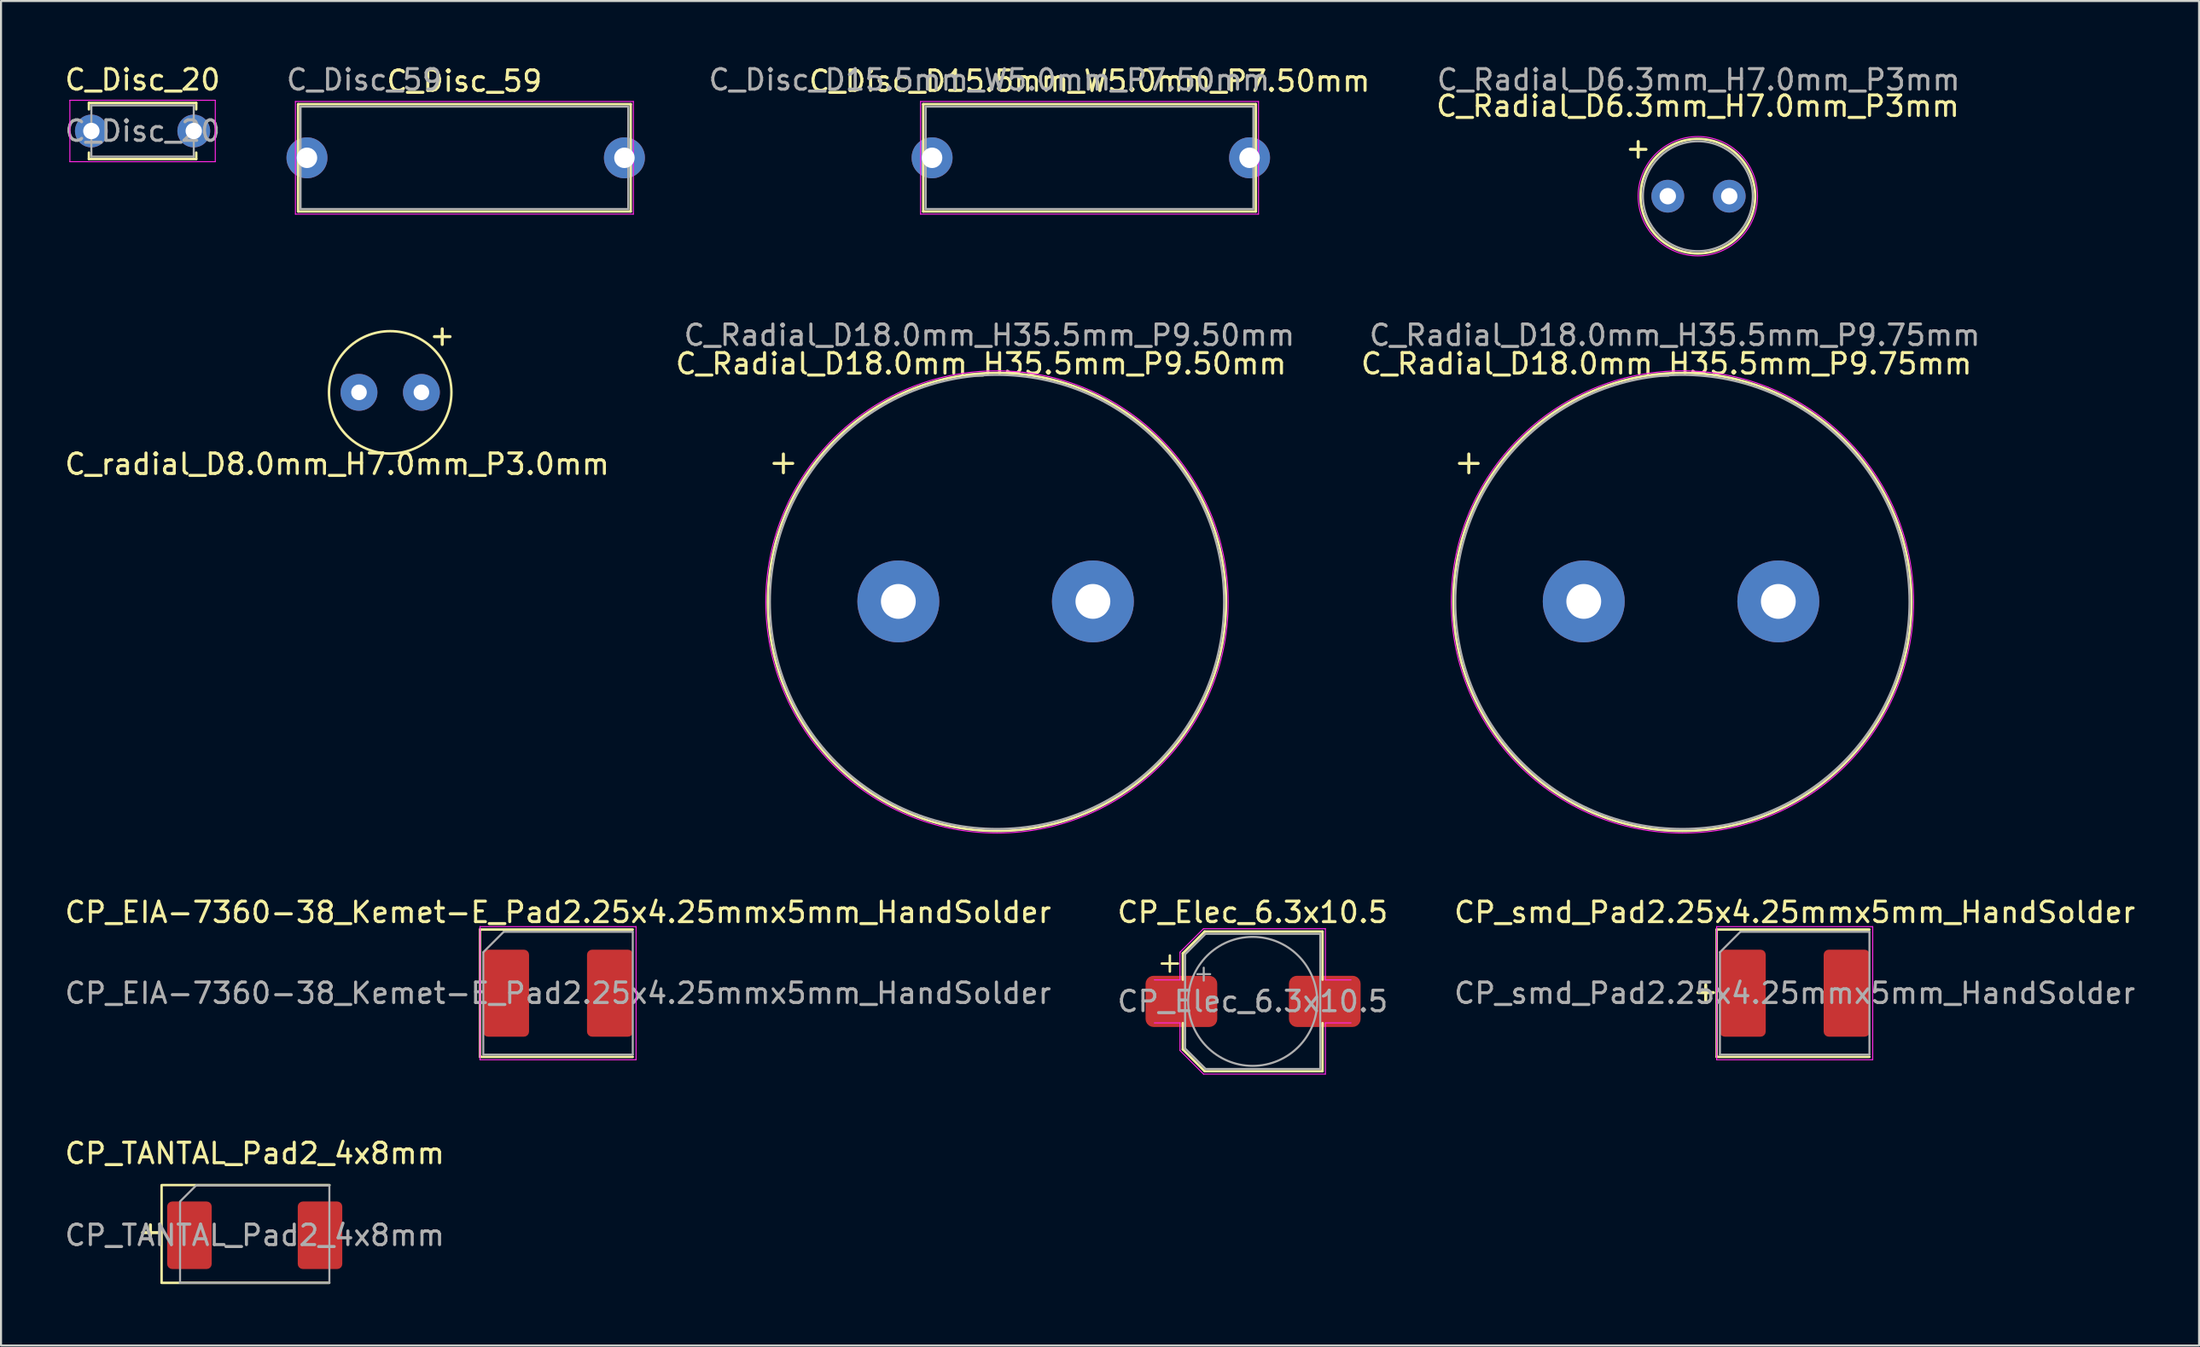
<source format=kicad_pcb>
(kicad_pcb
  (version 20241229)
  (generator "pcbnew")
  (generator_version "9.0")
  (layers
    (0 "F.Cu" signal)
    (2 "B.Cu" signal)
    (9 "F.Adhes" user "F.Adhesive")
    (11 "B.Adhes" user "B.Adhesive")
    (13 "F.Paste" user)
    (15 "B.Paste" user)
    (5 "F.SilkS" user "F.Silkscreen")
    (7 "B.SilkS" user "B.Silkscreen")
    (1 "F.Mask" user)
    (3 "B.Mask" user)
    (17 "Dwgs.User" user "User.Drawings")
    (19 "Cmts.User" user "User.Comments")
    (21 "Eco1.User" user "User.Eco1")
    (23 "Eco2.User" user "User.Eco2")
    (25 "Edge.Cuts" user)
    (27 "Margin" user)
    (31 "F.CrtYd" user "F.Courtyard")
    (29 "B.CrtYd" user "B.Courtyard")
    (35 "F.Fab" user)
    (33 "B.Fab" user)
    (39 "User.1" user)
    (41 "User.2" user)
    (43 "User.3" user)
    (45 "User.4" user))
  (footprint "CP_Elec_6.3x10.5"
    (layer "F.Cu")
    (at 58.113 45.86)
    (property "Reference" "CP_Elec_6.3x10.5" (at 0 -4.35 180) (layer "F.SilkS") (effects (font (size 1 1) (thickness 0.15))))
    (attr smd)
    (fp_line (start -4.438 -1.847) (end -3.65 -1.847) (stroke (width 0.12) (type solid)) (layer "F.SilkS"))
    (fp_line (start -4.044 -2.241) (end -4.044 -1.454) (stroke (width 0.12) (type solid)) (layer "F.SilkS"))
    (fp_line (start -3.41 -2.346) (end -3.41 -1.06) (stroke (width 0.12) (type solid)) (layer "F.SilkS"))
    (fp_line (start -3.41 -2.346) (end -2.346 -3.41) (stroke (width 0.12) (type solid)) (layer "F.SilkS"))
    (fp_line (start -3.41 2.346) (end -3.41 1.06) (stroke (width 0.12) (type solid)) (layer "F.SilkS"))
    (fp_line (start -3.41 2.346) (end -2.346 3.41) (stroke (width 0.12) (type solid)) (layer "F.SilkS"))
    (fp_line (start -2.346 -3.41) (end 3.41 -3.41) (stroke (width 0.12) (type solid)) (layer "F.SilkS"))
    (fp_line (start -2.346 3.41) (end 3.41 3.41) (stroke (width 0.12) (type solid)) (layer "F.SilkS"))
    (fp_line (start 3.41 -3.41) (end 3.41 -1.06) (stroke (width 0.12) (type solid)) (layer "F.SilkS"))
    (fp_line (start 3.41 3.41) (end 3.41 1.06) (stroke (width 0.12) (type solid)) (layer "F.SilkS"))
    (fp_line (start -4.8 1.05) (end -3.55 1.05) (stroke (width 0.05) (type solid)) (layer "F.CrtYd"))
    (fp_line (start -3.55 -2.4) (end -3.55 -1.05) (stroke (width 0.05) (type solid)) (layer "F.CrtYd"))
    (fp_line (start -3.55 -2.4) (end -2.4 -3.55) (stroke (width 0.05) (type solid)) (layer "F.CrtYd"))
    (fp_line (start -3.55 -1.05) (end -4.8 -1.05) (stroke (width 0.05) (type solid)) (layer "F.CrtYd"))
    (fp_line (start -3.55 1.05) (end -3.55 2.4) (stroke (width 0.05) (type solid)) (layer "F.CrtYd"))
    (fp_line (start -3.55 2.4) (end -2.4 3.55) (stroke (width 0.05) (type solid)) (layer "F.CrtYd"))
    (fp_line (start -2.4 -3.55) (end 3.55 -3.55) (stroke (width 0.05) (type solid)) (layer "F.CrtYd"))
    (fp_line (start -2.4 3.55) (end 3.55 3.55) (stroke (width 0.05) (type solid)) (layer "F.CrtYd"))
    (fp_line (start 3.55 -3.55) (end 3.55 -1.05) (stroke (width 0.05) (type solid)) (layer "F.CrtYd"))
    (fp_line (start 3.55 -1.05) (end 4.8 -1.05) (stroke (width 0.05) (type solid)) (layer "F.CrtYd"))
    (fp_line (start 3.55 1.05) (end 3.55 3.55) (stroke (width 0.05) (type solid)) (layer "F.CrtYd"))
    (fp_line (start 4.8 1.05) (end 3.55 1.05) (stroke (width 0.05) (type solid)) (layer "F.CrtYd"))
    (fp_line (start -3.3 -2.3) (end -3.3 2.3) (stroke (width 0.1) (type solid)) (layer "F.Fab"))
    (fp_line (start -3.3 -2.3) (end -2.3 -3.3) (stroke (width 0.1) (type solid)) (layer "F.Fab"))
    (fp_line (start -3.3 2.3) (end -2.3 3.3) (stroke (width 0.1) (type solid)) (layer "F.Fab"))
    (fp_line (start -2.705 -1.33) (end -2.075 -1.33) (stroke (width 0.1) (type solid)) (layer "F.Fab"))
    (fp_line (start -2.39 -1.645) (end -2.39 -1.015) (stroke (width 0.1) (type solid)) (layer "F.Fab"))
    (fp_line (start -2.3 -3.3) (end 3.3 -3.3) (stroke (width 0.1) (type solid)) (layer "F.Fab"))
    (fp_line (start -2.3 3.3) (end 3.3 3.3) (stroke (width 0.1) (type solid)) (layer "F.Fab"))
    (fp_line (start 3.3 -3.3) (end 3.3 3.3) (stroke (width 0.1) (type solid)) (layer "F.Fab"))
    (fp_circle (center 0 0) (end 3.15 0) (stroke (width 0.1) (type solid)) (fill no) (layer "F.Fab"))
    (fp_text user "${REFERENCE}" (at 0 0 180) (layer "F.Fab") (effects (font (size 1 1) (thickness 0.15))))
    (pad "1" smd roundrect (at -3.48 0) (size 3.5 2.5) (layers "F.Cu" "F.Mask" "F.Paste") (roundrect_rratio 0.156))
    (pad "2" smd roundrect (at 3.52 0) (size 3.5 2.5) (layers "F.Cu" "F.Mask" "F.Paste") (roundrect_rratio 0.156)))
  (footprint "C_Radial_D6.3mm_H7.0mm_P3mm"
    (layer "F.Cu")
    (at 78.599 6.533)
    (property "Reference" "C_Radial_D6.3mm_H7.0mm_P3mm" (at 1.25 -4.4 180) (layer "F.SilkS") (effects (font (size 1 1) (thickness 0.15))))
    (attr through_hole)
    (fp_circle (center 1.25 0) (end 4.049 0.018) (stroke (width 0.12) (type solid)) (fill no) (layer "F.SilkS"))
    (fp_circle (center 1.25 0) (end 4.163 -0.041) (stroke (width 0.05) (type solid)) (fill no) (layer "F.CrtYd"))
    (fp_circle (center 1.25 0) (end 3.932 -0.013) (stroke (width 0.1) (type solid)) (fill no) (layer "F.Fab"))
    (fp_text user "+" (at -1.664 -2.362 180) (layer "F.SilkS") (effects (font (size 1 1) (thickness 0.15))))
    (fp_text user "${REFERENCE}" (at 1.283 -5.685 180) (layer "F.Fab") (effects (font (size 1 1) (thickness 0.15))))
    (pad "1" thru_hole circle (at -0.218 0) (size 1.6 1.6) (drill 0.8) (layers "*.Cu" "*.Mask"))
    (pad "2" thru_hole circle (at 2.782 0) (size 1.6 1.6) (drill 0.8) (layers "*.Cu" "*.Mask")))
  (footprint "C_Disc_59"
    (layer "F.Cu")
    (at 15.875 4.658)
    (property "Reference" "C_Disc_59" (at 3.75 -3.75 0) (layer "F.SilkS") (effects (font (size 1 1) (thickness 0.15))))
    (attr through_hole)
    (fp_line (start -4.37 -2.62) (end -4.37 2.62) (stroke (width 0.12) (type solid)) (layer "F.SilkS"))
    (fp_line (start -4.37 -2.62) (end 11.87 -2.62) (stroke (width 0.12) (type solid)) (layer "F.SilkS"))
    (fp_line (start -4.37 2.62) (end 11.87 2.62) (stroke (width 0.12) (type solid)) (layer "F.SilkS"))
    (fp_line (start 11.87 -2.62) (end 11.87 2.62) (stroke (width 0.12) (type solid)) (layer "F.SilkS"))
    (fp_line (start -4.5 -2.75) (end -4.5 2.75) (stroke (width 0.05) (type solid)) (layer "F.CrtYd"))
    (fp_line (start -4.5 2.75) (end 12 2.75) (stroke (width 0.05) (type solid)) (layer "F.CrtYd"))
    (fp_line (start 12 -2.75) (end -4.5 -2.75) (stroke (width 0.05) (type solid)) (layer "F.CrtYd"))
    (fp_line (start 12 2.75) (end 12 -2.75) (stroke (width 0.05) (type solid)) (layer "F.CrtYd"))
    (fp_line (start -4.25 -2.5) (end -4.25 2.5) (stroke (width 0.1) (type solid)) (layer "F.Fab"))
    (fp_line (start -4.25 2.5) (end 11.75 2.5) (stroke (width 0.1) (type solid)) (layer "F.Fab"))
    (fp_line (start 11.75 -2.5) (end -4.25 -2.5) (stroke (width 0.1) (type solid)) (layer "F.Fab"))
    (fp_line (start 11.75 2.5) (end 11.75 -2.5) (stroke (width 0.1) (type solid)) (layer "F.Fab"))
    (fp_text user "${REFERENCE}" (at -1.143 -3.81 0) (layer "F.Fab") (effects (font (size 1 1) (thickness 0.15))))
    (pad "1" thru_hole circle (at -3.937 0) (size 2 2) (drill 1) (layers "*.Cu" "*.Mask"))
    (pad "2" thru_hole circle (at 11.563 0) (size 2 2) (drill 1) (layers "*.Cu" "*.Mask")))
  (footprint "CP_EIA-7360-38_Kemet-E_Pad2.25x4.25mmx5mm_HandSolder"
    (layer "F.Cu")
    (at 24.196 45.46)
    (property "Reference" "CP_EIA-7360-38_Kemet-E_Pad2.25x4.25mmx5mm_HandSolder" (at 0 -3.95 0) (layer "F.SilkS") (effects (font (size 1 1) (thickness 0.15))))
    (attr smd)
    (fp_line (start -3.81 -3.11) (end -3.81 3.11) (stroke (width 0.12) (type solid)) (layer "F.SilkS"))
    (fp_line (start -3.81 3.11) (end 3.65 3.11) (stroke (width 0.12) (type solid)) (layer "F.SilkS"))
    (fp_line (start 3.65 -3.11) (end -3.81 -3.11) (stroke (width 0.12) (type solid)) (layer "F.SilkS"))
    (fp_line (start -3.81 -3.25) (end 3.81 -3.25) (stroke (width 0.05) (type solid)) (layer "F.CrtYd"))
    (fp_line (start -3.81 3.25) (end -3.81 -3.25) (stroke (width 0.05) (type solid)) (layer "F.CrtYd"))
    (fp_line (start 3.81 -3.25) (end 3.81 3.25) (stroke (width 0.05) (type solid)) (layer "F.CrtYd"))
    (fp_line (start 3.81 3.25) (end -3.81 3.25) (stroke (width 0.05) (type solid)) (layer "F.CrtYd"))
    (fp_line (start -3.65 -2) (end -3.65 3) (stroke (width 0.1) (type solid)) (layer "F.Fab"))
    (fp_line (start -3.65 3) (end 3.65 3) (stroke (width 0.1) (type solid)) (layer "F.Fab"))
    (fp_line (start -2.65 -3) (end -3.65 -2) (stroke (width 0.1) (type solid)) (layer "F.Fab"))
    (fp_line (start 3.65 -3) (end -2.65 -3) (stroke (width 0.1) (type solid)) (layer "F.Fab"))
    (fp_line (start 3.65 3) (end 3.65 -3) (stroke (width 0.1) (type solid)) (layer "F.Fab"))
    (fp_text user "${REFERENCE}" (at 0 0 0) (layer "F.Fab") (effects (font (size 1 1) (thickness 0.15))))
    (pad "1" smd roundrect (at -2.54 0) (size 2.25 4.25) (layers "F.Cu" "F.Mask" "F.Paste") (roundrect_rratio 0.111))
    (pad "2" smd roundrect (at 2.54 0) (size 2.25 4.25) (layers "F.Cu" "F.Mask" "F.Paste") (roundrect_rratio 0.111)))
  (footprint "C_Disc_D15.5mm_W5.0mm_P7.50mm"
    (layer "F.Cu")
    (at 46.397 4.658)
    (property "Reference" "C_Disc_D15.5mm_W5.0mm_P7.50mm" (at 3.75 -3.75 0) (layer "F.SilkS") (effects (font (size 1 1) (thickness 0.15))))
    (attr through_hole)
    (fp_line (start -4.37 -2.62) (end -4.37 2.62) (stroke (width 0.12) (type solid)) (layer "F.SilkS"))
    (fp_line (start -4.37 -2.62) (end 11.87 -2.62) (stroke (width 0.12) (type solid)) (layer "F.SilkS"))
    (fp_line (start -4.37 2.62) (end 11.87 2.62) (stroke (width 0.12) (type solid)) (layer "F.SilkS"))
    (fp_line (start 11.87 -2.62) (end 11.87 2.62) (stroke (width 0.12) (type solid)) (layer "F.SilkS"))
    (fp_line (start -4.5 -2.75) (end -4.5 2.75) (stroke (width 0.05) (type solid)) (layer "F.CrtYd"))
    (fp_line (start -4.5 2.75) (end 12 2.75) (stroke (width 0.05) (type solid)) (layer "F.CrtYd"))
    (fp_line (start 12 -2.75) (end -4.5 -2.75) (stroke (width 0.05) (type solid)) (layer "F.CrtYd"))
    (fp_line (start 12 2.75) (end 12 -2.75) (stroke (width 0.05) (type solid)) (layer "F.CrtYd"))
    (fp_line (start -4.25 -2.5) (end -4.25 2.5) (stroke (width 0.1) (type solid)) (layer "F.Fab"))
    (fp_line (start -4.25 2.5) (end 11.75 2.5) (stroke (width 0.1) (type solid)) (layer "F.Fab"))
    (fp_line (start 11.75 -2.5) (end -4.25 -2.5) (stroke (width 0.1) (type solid)) (layer "F.Fab"))
    (fp_line (start 11.75 2.5) (end 11.75 -2.5) (stroke (width 0.1) (type solid)) (layer "F.Fab"))
    (fp_text user "${REFERENCE}" (at -1.143 -3.81 0) (layer "F.Fab") (effects (font (size 1 1) (thickness 0.15))))
    (pad "1" thru_hole circle (at -3.937 0) (size 2 2) (drill 1) (layers "*.Cu" "*.Mask"))
    (pad "2" thru_hole circle (at 11.563 0) (size 2 2) (drill 1) (layers "*.Cu" "*.Mask")))
  (footprint "C_radial_D8.0mm_H7.0mm_P3.0mm"
    (layer "F.Cu")
    (at 16.078 16.088)
    (property "Reference" "C_radial_D8.0mm_H7.0mm_P3.0mm" (at -2.667 3.531 180) (layer "F.SilkS") (effects (font (size 1 1) (thickness 0.15))))
    (attr through_hole)
    (fp_circle (center -0.076 0.025) (end -0.711 2.946) (stroke (width 0.12) (type solid)) (fill no) (layer "F.SilkS"))
    (fp_text user "+" (at 2.464 -2.769 180) (layer "F.SilkS") (effects (font (size 1 1) (thickness 0.15))))
    (pad "1" thru_hole circle (at -1.6 0.025) (size 1.8 1.8) (drill 0.762) (layers "*.Cu" "*.Mask"))
    (pad "2" thru_hole circle (at 1.448 0.025) (size 1.8 1.8) (drill 0.762) (layers "*.Cu" "*.Mask")))
  (footprint "CP_TANTAL_Pad2_4x8mm"
    (layer "F.Cu")
    (at 9.387 57.284)
    (property "Reference" "CP_TANTAL_Pad2_4x8mm" (at 0 -4 0) (layer "F.SilkS") (effects (font (size 1 1) (thickness 0.15))))
    (attr smd)
    (fp_line (start -4.547 -2.438) (end -4.547 2.311) (stroke (width 0.12) (type solid)) (layer "F.SilkS"))
    (fp_line (start -4.547 2.324) (end 3.638 2.324) (stroke (width 0.12) (type solid)) (layer "F.SilkS"))
    (fp_line (start 3.651 -2.451) (end -4.534 -2.451) (stroke (width 0.12) (type solid)) (layer "F.SilkS"))
    (fp_line (start -3.658 2.324) (end 3.642 2.324) (stroke (width 0.1) (type solid)) (layer "F.Fab"))
    (fp_line (start -3.645 -1.626) (end -3.645 2.324) (stroke (width 0.1) (type solid)) (layer "F.Fab"))
    (fp_line (start -2.845 -2.451) (end -3.645 -1.651) (stroke (width 0.1) (type solid)) (layer "F.Fab"))
    (fp_line (start 3.595 -2.438) (end -2.832 -2.438) (stroke (width 0.1) (type solid)) (layer "F.Fab"))
    (fp_line (start 3.645 2.311) (end 3.645 -2.451) (stroke (width 0.1) (type solid)) (layer "F.Fab"))
    (fp_text user "+" (at -5.093 -0.203 0) (layer "F.SilkS") (effects (font (size 1 1) (thickness 0.15))))
    (fp_text user "${REFERENCE}" (at 0 0 0) (layer "F.Fab") (effects (font (size 1 1) (thickness 0.15))))
    (pad "1" smd roundrect (at -3.188 0) (size 2.175 3.3) (layers "F.Cu" "F.Mask" "F.Paste") (roundrect_rratio 0.115))
    (pad "2" smd roundrect (at 3.188 0) (size 2.175 3.3) (layers "F.Cu" "F.Mask" "F.Paste") (roundrect_rratio 0.115)))
  (footprint "C_Radial_D18.0mm_H35.5mm_P9.75mm"
    (layer "F.Cu")
    (at 75.345 26.35)
    (property "Reference" "C_Radial_D18.0mm_H35.5mm_P9.75mm" (at 2.972 -11.633 180) (layer "F.SilkS") (effects (font (size 1 1) (thickness 0.15))))
    (attr through_hole)
    (fp_circle (center 3.75 0) (end 14.935 -0.152) (stroke (width 0.12) (type solid)) (fill no) (layer "F.SilkS"))
    (fp_circle (center 3.75 0) (end 15.037 -0.127) (stroke (width 0.05) (type solid)) (fill no) (layer "F.CrtYd"))
    (fp_circle (center 3.75 0) (end 14.834 0.254) (stroke (width 0.1) (type solid)) (fill no) (layer "F.Fab"))
    (fp_text user "+" (at -6.68 -6.858 180) (layer "F.SilkS") (effects (font (size 1.2 1.2) (thickness 0.15))))
    (fp_text user "${REFERENCE}" (at 3.378 -13.03 180) (layer "F.Fab") (effects (font (size 1 1) (thickness 0.15))))
    (pad "1" thru_hole circle (at -1.067 -0.025) (size 4 4) (drill 1.7) (layers "*.Cu" "*.Mask"))
    (pad "2" thru_hole circle (at 8.433 -0.025) (size 4 4) (drill 1.7) (layers "*.Cu" "*.Mask")))
  (footprint "C_Radial_D18.0mm_H35.5mm_P9.50mm"
    (layer "F.Cu")
    (at 41.879 26.35)
    (property "Reference" "C_Radial_D18.0mm_H35.5mm_P9.50mm" (at 2.972 -11.633 180) (layer "F.SilkS") (effects (font (size 1 1) (thickness 0.15))))
    (attr through_hole)
    (fp_circle (center 3.75 0) (end 14.935 -0.152) (stroke (width 0.12) (type solid)) (fill no) (layer "F.SilkS"))
    (fp_circle (center 3.75 0) (end 15.037 -0.127) (stroke (width 0.05) (type solid)) (fill no) (layer "F.CrtYd"))
    (fp_circle (center 3.75 0) (end 14.834 0.254) (stroke (width 0.1) (type solid)) (fill no) (layer "F.Fab"))
    (fp_text user "+" (at -6.68 -6.858 180) (layer "F.SilkS") (effects (font (size 1.2 1.2) (thickness 0.15))))
    (fp_text user "${REFERENCE}" (at 3.378 -13.03 180) (layer "F.Fab") (effects (font (size 1 1) (thickness 0.15))))
    (pad "1" thru_hole circle (at -1.067 -0.025) (size 4 4) (drill 1.7) (layers "*.Cu" "*.Mask"))
    (pad "2" thru_hole circle (at 8.433 -0.025) (size 4 4) (drill 1.7) (layers "*.Cu" "*.Mask")))
  (footprint "C_Disc_20"
    (layer "F.Cu")
    (at 1.411 3.348)
    (property "Reference" "C_Disc_20" (at 2.5 -2.5 0) (layer "F.SilkS") (effects (font (size 1 1) (thickness 0.15))))
    (attr through_hole)
    (fp_line (start -0.12 -1.37) (end -0.12 -1.055) (stroke (width 0.12) (type solid)) (layer "F.SilkS"))
    (fp_line (start -0.12 -1.37) (end 5.12 -1.37) (stroke (width 0.12) (type solid)) (layer "F.SilkS"))
    (fp_line (start -0.12 1.055) (end -0.12 1.37) (stroke (width 0.12) (type solid)) (layer "F.SilkS"))
    (fp_line (start -0.12 1.37) (end 5.12 1.37) (stroke (width 0.12) (type solid)) (layer "F.SilkS"))
    (fp_line (start 5.12 -1.37) (end 5.12 -1.055) (stroke (width 0.12) (type solid)) (layer "F.SilkS"))
    (fp_line (start 5.12 1.055) (end 5.12 1.37) (stroke (width 0.12) (type solid)) (layer "F.SilkS"))
    (fp_line (start -1.05 -1.5) (end -1.05 1.5) (stroke (width 0.05) (type solid)) (layer "F.CrtYd"))
    (fp_line (start -1.05 1.5) (end 6.05 1.5) (stroke (width 0.05) (type solid)) (layer "F.CrtYd"))
    (fp_line (start 6.05 -1.5) (end -1.05 -1.5) (stroke (width 0.05) (type solid)) (layer "F.CrtYd"))
    (fp_line (start 6.05 1.5) (end 6.05 -1.5) (stroke (width 0.05) (type solid)) (layer "F.CrtYd"))
    (fp_line (start 0 -1.25) (end 0 1.25) (stroke (width 0.1) (type solid)) (layer "F.Fab"))
    (fp_line (start 0 1.25) (end 5 1.25) (stroke (width 0.1) (type solid)) (layer "F.Fab"))
    (fp_line (start 5 -1.25) (end 0 -1.25) (stroke (width 0.1) (type solid)) (layer "F.Fab"))
    (fp_line (start 5 1.25) (end 5 -1.25) (stroke (width 0.1) (type solid)) (layer "F.Fab"))
    (fp_text user "${REFERENCE}" (at 2.5 0 0) (layer "F.Fab") (effects (font (size 1 1) (thickness 0.15))))
    (pad "1" thru_hole circle (at 0 0) (size 1.6 1.6) (drill 0.8) (layers "*.Cu" "*.Mask"))
    (pad "2" thru_hole circle (at 5 0) (size 1.6 1.6) (drill 0.8) (layers "*.Cu" "*.Mask")))
  (footprint "CP_smd_Pad2.25x4.25mmx5mm_HandSolder"
    (layer "F.Cu")
    (at 84.577 45.46)
    (property "Reference" "CP_smd_Pad2.25x4.25mmx5mm_HandSolder" (at 0 -3.95 180) (layer "F.SilkS") (effects (font (size 1 1) (thickness 0.15))))
    (attr smd)
    (fp_line (start -3.81 -3.11) (end -3.81 3.11) (stroke (width 0.12) (type solid)) (layer "F.SilkS"))
    (fp_line (start -3.81 3.11) (end 3.65 3.11) (stroke (width 0.12) (type solid)) (layer "F.SilkS"))
    (fp_line (start 3.65 -3.11) (end -3.81 -3.11) (stroke (width 0.12) (type solid)) (layer "F.SilkS"))
    (fp_line (start -3.81 -3.25) (end 3.81 -3.25) (stroke (width 0.05) (type solid)) (layer "F.CrtYd"))
    (fp_line (start -3.81 3.25) (end -3.81 -3.25) (stroke (width 0.05) (type solid)) (layer "F.CrtYd"))
    (fp_line (start 3.81 -3.25) (end 3.81 3.25) (stroke (width 0.05) (type solid)) (layer "F.CrtYd"))
    (fp_line (start 3.81 3.25) (end -3.81 3.25) (stroke (width 0.05) (type solid)) (layer "F.CrtYd"))
    (fp_line (start -3.65 -2) (end -3.65 3) (stroke (width 0.1) (type solid)) (layer "F.Fab"))
    (fp_line (start -3.65 3) (end 3.65 3) (stroke (width 0.1) (type solid)) (layer "F.Fab"))
    (fp_line (start -2.65 -3) (end -3.65 -2) (stroke (width 0.1) (type solid)) (layer "F.Fab"))
    (fp_line (start 3.65 -3) (end -2.65 -3) (stroke (width 0.1) (type solid)) (layer "F.Fab"))
    (fp_line (start 3.65 3) (end 3.65 -3) (stroke (width 0.1) (type solid)) (layer "F.Fab"))
    (fp_text user "+" (at -4.343 -0.102 0) (layer "F.SilkS") (effects (font (size 1 1) (thickness 0.15))))
    (fp_text user "${REFERENCE}" (at 0 0 180) (layer "F.Fab") (effects (font (size 1 1) (thickness 0.15))))
    (pad "1" smd roundrect (at -2.54 0) (size 2.25 4.25) (layers "F.Cu" "F.Mask" "F.Paste") (roundrect_rratio 0.111))
    (pad "2" smd roundrect (at 2.54 0) (size 2.25 4.25) (layers "F.Cu" "F.Mask" "F.Paste") (roundrect_rratio 0.111)))
  (gr_rect
    (start -3 -3)
    (end 104.321 62.668)
    (stroke (width 0.1) (type default))
    (fill no)
    (layer "Edge.Cuts")))
</source>
